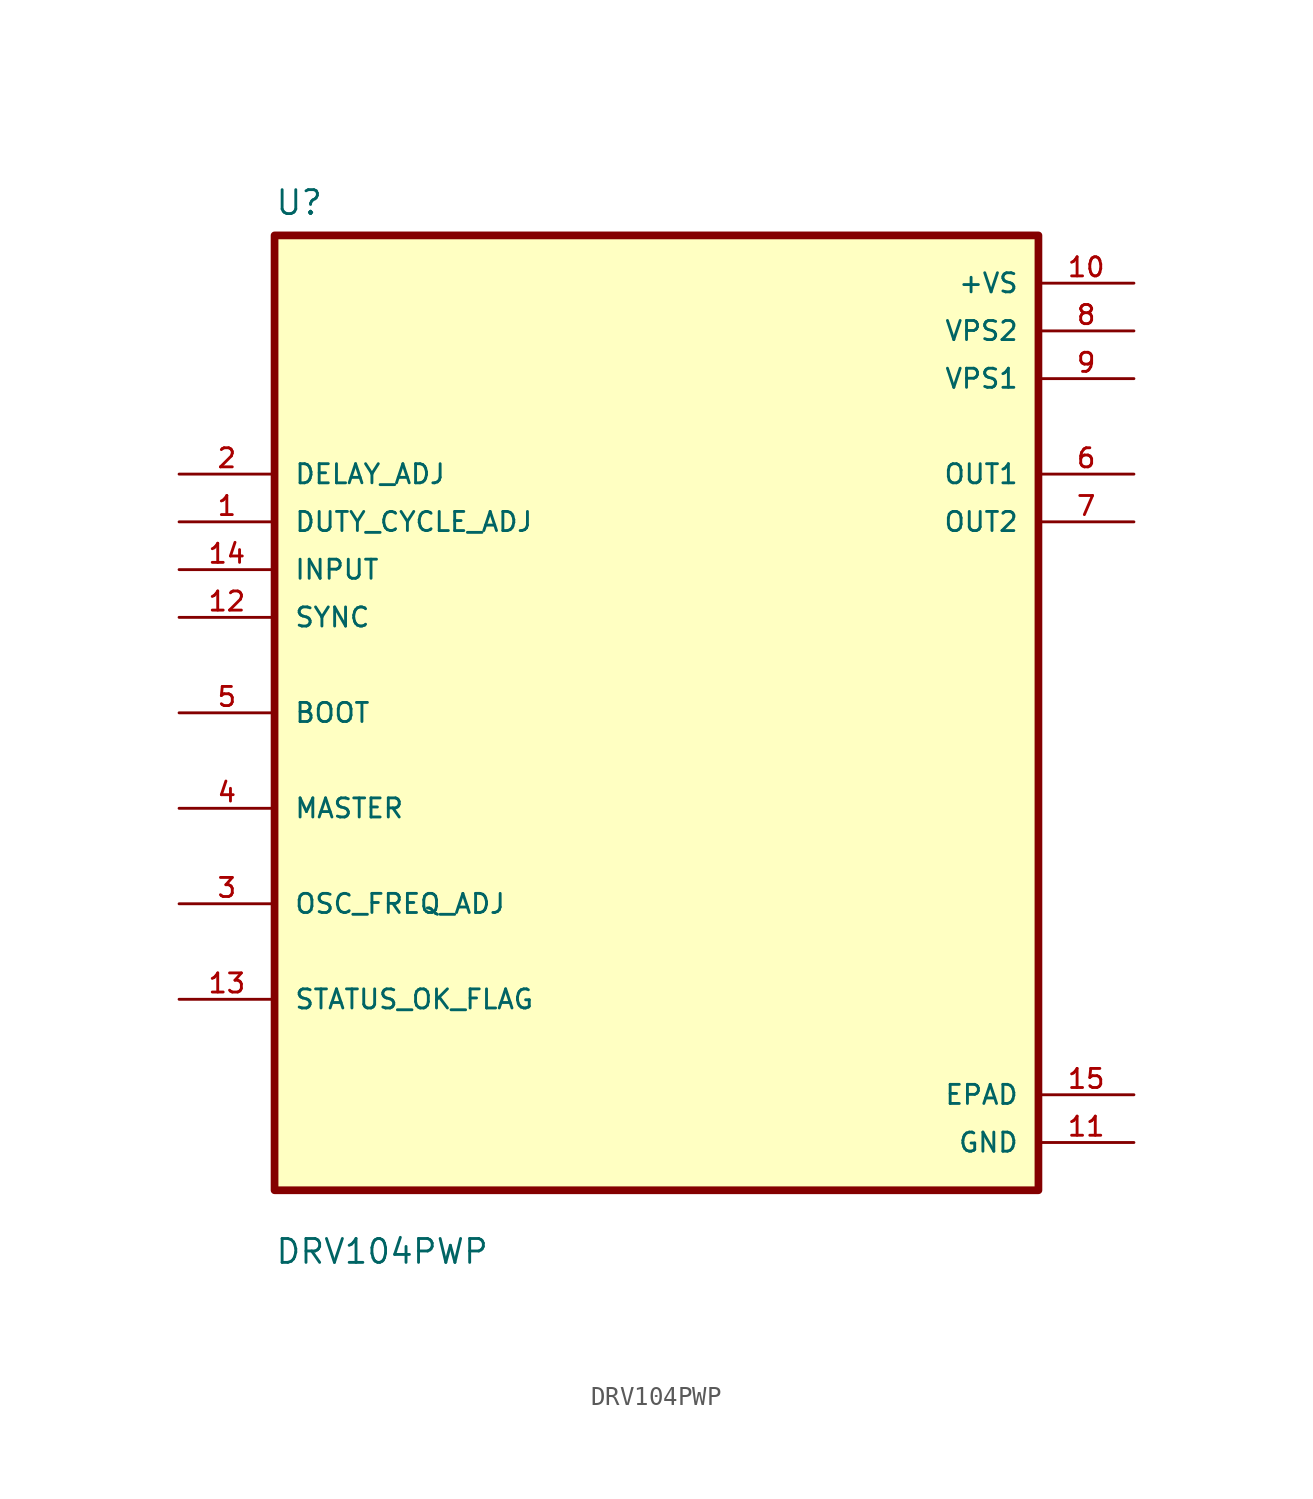
<source format=kicad_sym>
(kicad_symbol_lib
  (version 20211014)
  (generator kicad_symbol_editor)
  (symbol "DRV104PWP"
    (pin_names
      (offset 1.016))
    (property "Reference" "U"
      (at -20.32 26.4 0.0)
      (effects (font (size 1.27 1.27)) (justify bottom left)))
    (property "Value" "DRV104PWP"
      (at -20.32 -29.4 0.0)
      (effects (font (size 1.27 1.27)) (justify bottom left)))
    (symbol "DRV104PWP_0_0"
      (rectangle (start -20.32 -25.4) (end 20.32 25.4) (stroke (width 0.41)) (fill (type background)))
      (pin input line (at -25.4 12.7 0) (length 5.08) (name "DELAY_ADJ" (effects (font (size 1.016 1.016)))) (number "2" (effects (font (size 1.016 1.016)))))
      (pin input line (at -25.4 10.16 0) (length 5.08) (name "DUTY_CYCLE_ADJ" (effects (font (size 1.016 1.016)))) (number "1" (effects (font (size 1.016 1.016)))))
      (pin input line (at -25.4 7.62 0) (length 5.08) (name "INPUT" (effects (font (size 1.016 1.016)))) (number "14" (effects (font (size 1.016 1.016)))))
      (pin input line (at -25.4 5.08 0) (length 5.08) (name "SYNC" (effects (font (size 1.016 1.016)))) (number "12" (effects (font (size 1.016 1.016)))))
      (pin bidirectional line (at -25.4 0.0 0) (length 5.08) (name "BOOT" (effects (font (size 1.016 1.016)))) (number "5" (effects (font (size 1.016 1.016)))))
      (pin bidirectional line (at -25.4 -5.08 0) (length 5.08) (name "MASTER" (effects (font (size 1.016 1.016)))) (number "4" (effects (font (size 1.016 1.016)))))
      (pin bidirectional line (at -25.4 -10.16 0) (length 5.08) (name "OSC_FREQ_ADJ" (effects (font (size 1.016 1.016)))) (number "3" (effects (font (size 1.016 1.016)))))
      (pin bidirectional line (at -25.4 -15.24 0) (length 5.08) (name "STATUS_OK_FLAG" (effects (font (size 1.016 1.016)))) (number "13" (effects (font (size 1.016 1.016)))))
      (pin power_in line (at 25.4 22.86 180.0) (length 5.08) (name "+VS" (effects (font (size 1.016 1.016)))) (number "10" (effects (font (size 1.016 1.016)))))
      (pin power_in line (at 25.4 20.32 180.0) (length 5.08) (name "VPS2" (effects (font (size 1.016 1.016)))) (number "8" (effects (font (size 1.016 1.016)))))
      (pin power_in line (at 25.4 17.78 180.0) (length 5.08) (name "VPS1" (effects (font (size 1.016 1.016)))) (number "9" (effects (font (size 1.016 1.016)))))
      (pin output line (at 25.4 12.7 180.0) (length 5.08) (name "OUT1" (effects (font (size 1.016 1.016)))) (number "6" (effects (font (size 1.016 1.016)))))
      (pin output line (at 25.4 10.16 180.0) (length 5.08) (name "OUT2" (effects (font (size 1.016 1.016)))) (number "7" (effects (font (size 1.016 1.016)))))
      (pin power_in line (at 25.4 -20.32 180.0) (length 5.08) (name "EPAD" (effects (font (size 1.016 1.016)))) (number "15" (effects (font (size 1.016 1.016)))))
      (pin power_in line (at 25.4 -22.86 180.0) (length 5.08) (name "GND" (effects (font (size 1.016 1.016)))) (number "11" (effects (font (size 1.016 1.016))))))))
</source>
